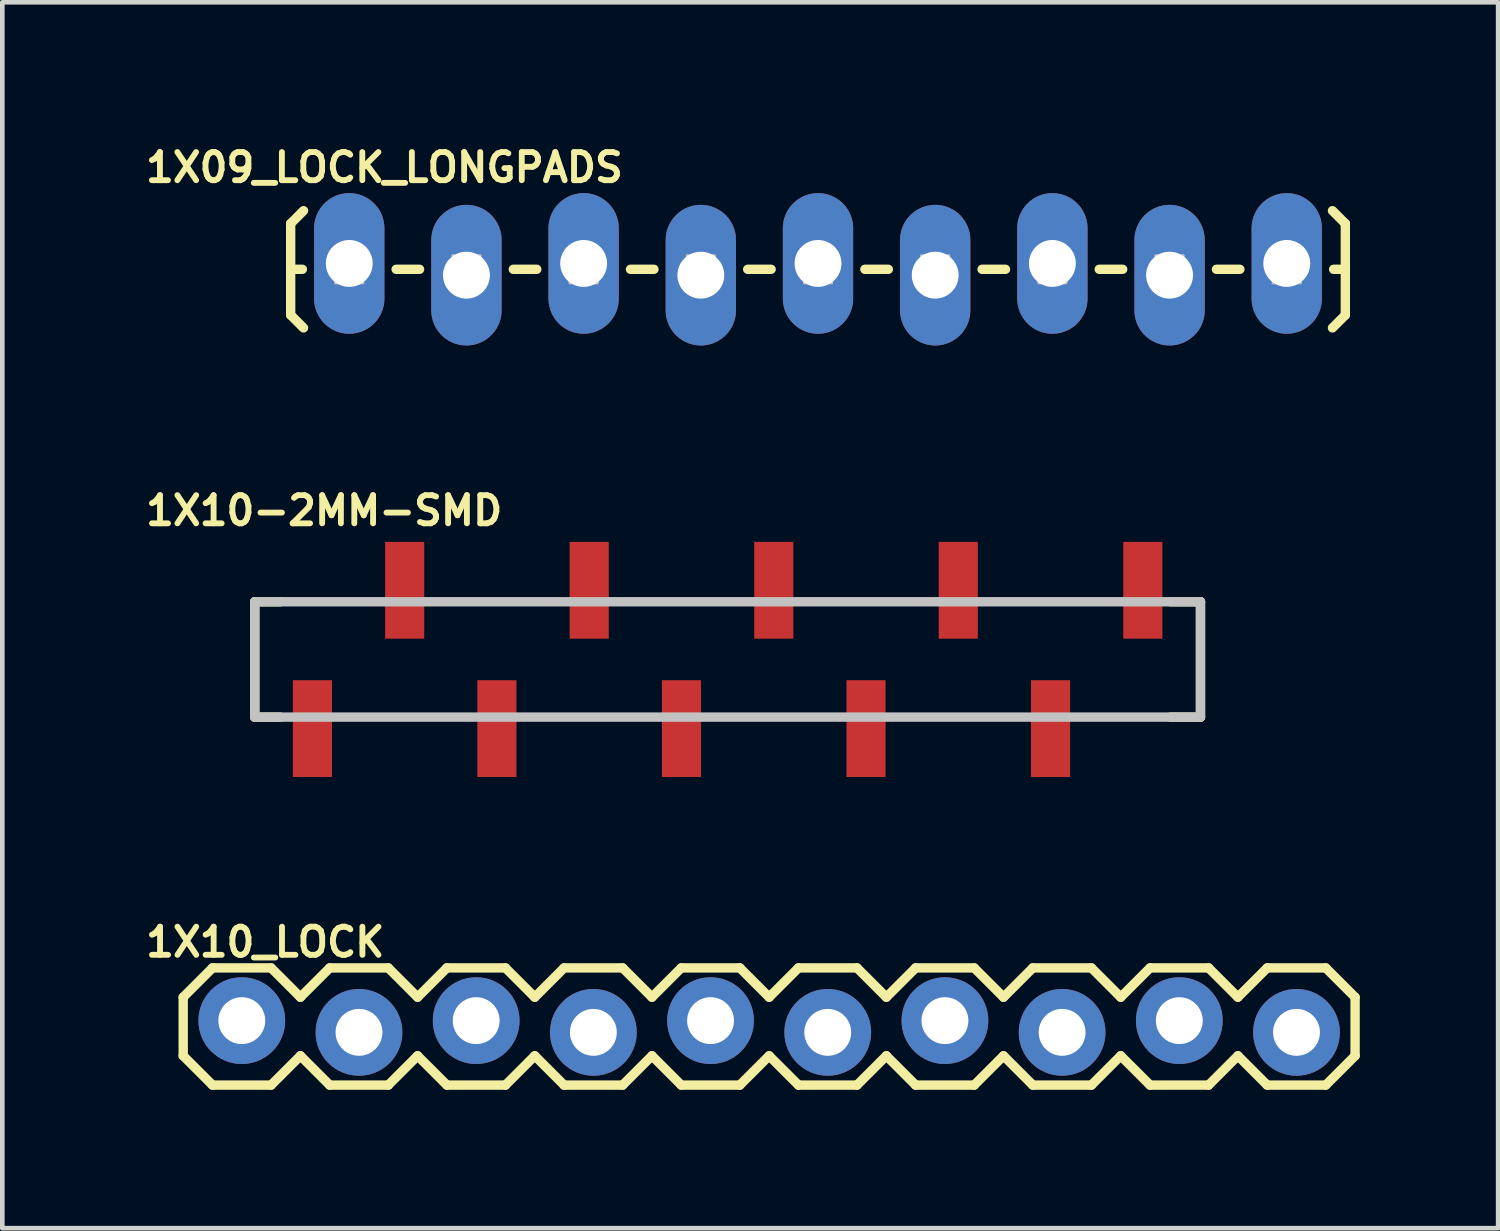
<source format=kicad_pcb>
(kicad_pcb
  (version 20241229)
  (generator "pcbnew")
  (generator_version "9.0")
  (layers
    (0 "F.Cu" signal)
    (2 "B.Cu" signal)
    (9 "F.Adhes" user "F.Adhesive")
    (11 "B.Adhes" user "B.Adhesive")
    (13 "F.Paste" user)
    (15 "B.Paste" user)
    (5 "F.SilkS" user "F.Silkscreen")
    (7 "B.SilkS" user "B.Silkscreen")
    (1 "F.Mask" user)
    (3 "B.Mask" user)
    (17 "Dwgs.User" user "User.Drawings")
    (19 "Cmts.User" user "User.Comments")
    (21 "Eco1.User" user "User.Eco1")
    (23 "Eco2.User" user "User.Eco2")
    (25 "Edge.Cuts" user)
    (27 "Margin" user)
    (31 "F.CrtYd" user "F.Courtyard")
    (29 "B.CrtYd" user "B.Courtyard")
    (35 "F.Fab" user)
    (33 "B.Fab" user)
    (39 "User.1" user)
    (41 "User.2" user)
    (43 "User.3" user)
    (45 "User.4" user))
  (footprint "1X10_LOCK"
    (layer "F.Cu")
    (at 2.191 19.199)
    (property "Reference" "1X10_LOCK" (at 0.508 -1.829 0) (layer "F.SilkS") (effects (font (size 0.61 0.61) (thickness 0.127))))
    (attr exclude_from_pos_files exclude_from_bom)
    (fp_line (start -1.27 -0.635) (end -1.27 0.635) (stroke (width 0.203) (type solid)) (layer "F.SilkS"))
    (fp_line (start -1.27 0.635) (end -0.635 1.27) (stroke (width 0.203) (type solid)) (layer "F.SilkS"))
    (fp_line (start -0.635 -1.27) (end -1.27 -0.635) (stroke (width 0.203) (type solid)) (layer "F.SilkS"))
    (fp_line (start -0.635 -1.27) (end 0.635 -1.27) (stroke (width 0.203) (type solid)) (layer "F.SilkS"))
    (fp_line (start 0.635 -1.27) (end 1.27 -0.635) (stroke (width 0.203) (type solid)) (layer "F.SilkS"))
    (fp_line (start 0.635 1.27) (end -0.635 1.27) (stroke (width 0.203) (type solid)) (layer "F.SilkS"))
    (fp_line (start 1.27 -0.635) (end 1.905 -1.27) (stroke (width 0.203) (type solid)) (layer "F.SilkS"))
    (fp_line (start 1.27 0.635) (end 0.635 1.27) (stroke (width 0.203) (type solid)) (layer "F.SilkS"))
    (fp_line (start 1.905 -1.27) (end 3.175 -1.27) (stroke (width 0.203) (type solid)) (layer "F.SilkS"))
    (fp_line (start 1.905 1.27) (end 1.27 0.635) (stroke (width 0.203) (type solid)) (layer "F.SilkS"))
    (fp_line (start 3.175 -1.27) (end 3.81 -0.635) (stroke (width 0.203) (type solid)) (layer "F.SilkS"))
    (fp_line (start 3.175 1.27) (end 1.905 1.27) (stroke (width 0.203) (type solid)) (layer "F.SilkS"))
    (fp_line (start 3.81 -0.635) (end 4.445 -1.27) (stroke (width 0.203) (type solid)) (layer "F.SilkS"))
    (fp_line (start 3.81 0.635) (end 3.175 1.27) (stroke (width 0.203) (type solid)) (layer "F.SilkS"))
    (fp_line (start 4.445 -1.27) (end 5.715 -1.27) (stroke (width 0.203) (type solid)) (layer "F.SilkS"))
    (fp_line (start 4.445 1.27) (end 3.81 0.635) (stroke (width 0.203) (type solid)) (layer "F.SilkS"))
    (fp_line (start 5.715 -1.27) (end 6.35 -0.635) (stroke (width 0.203) (type solid)) (layer "F.SilkS"))
    (fp_line (start 5.715 1.27) (end 4.445 1.27) (stroke (width 0.203) (type solid)) (layer "F.SilkS"))
    (fp_line (start 6.35 0.635) (end 5.715 1.27) (stroke (width 0.203) (type solid)) (layer "F.SilkS"))
    (fp_line (start 6.35 0.635) (end 6.985 1.27) (stroke (width 0.203) (type solid)) (layer "F.SilkS"))
    (fp_line (start 6.985 -1.27) (end 6.35 -0.635) (stroke (width 0.203) (type solid)) (layer "F.SilkS"))
    (fp_line (start 6.985 -1.27) (end 8.255 -1.27) (stroke (width 0.203) (type solid)) (layer "F.SilkS"))
    (fp_line (start 8.255 -1.27) (end 8.89 -0.635) (stroke (width 0.203) (type solid)) (layer "F.SilkS"))
    (fp_line (start 8.255 1.27) (end 6.985 1.27) (stroke (width 0.203) (type solid)) (layer "F.SilkS"))
    (fp_line (start 8.89 -0.635) (end 9.525 -1.27) (stroke (width 0.203) (type solid)) (layer "F.SilkS"))
    (fp_line (start 8.89 0.635) (end 8.255 1.27) (stroke (width 0.203) (type solid)) (layer "F.SilkS"))
    (fp_line (start 9.525 -1.27) (end 10.795 -1.27) (stroke (width 0.203) (type solid)) (layer "F.SilkS"))
    (fp_line (start 9.525 1.27) (end 8.89 0.635) (stroke (width 0.203) (type solid)) (layer "F.SilkS"))
    (fp_line (start 10.795 -1.27) (end 11.43 -0.635) (stroke (width 0.203) (type solid)) (layer "F.SilkS"))
    (fp_line (start 10.795 1.27) (end 9.525 1.27) (stroke (width 0.203) (type solid)) (layer "F.SilkS"))
    (fp_line (start 11.43 -0.635) (end 12.065 -1.27) (stroke (width 0.203) (type solid)) (layer "F.SilkS"))
    (fp_line (start 11.43 0.635) (end 10.795 1.27) (stroke (width 0.203) (type solid)) (layer "F.SilkS"))
    (fp_line (start 12.065 -1.27) (end 13.335 -1.27) (stroke (width 0.203) (type solid)) (layer "F.SilkS"))
    (fp_line (start 12.065 1.27) (end 11.43 0.635) (stroke (width 0.203) (type solid)) (layer "F.SilkS"))
    (fp_line (start 13.335 -1.27) (end 13.97 -0.635) (stroke (width 0.203) (type solid)) (layer "F.SilkS"))
    (fp_line (start 13.335 1.27) (end 12.065 1.27) (stroke (width 0.203) (type solid)) (layer "F.SilkS"))
    (fp_line (start 13.97 0.635) (end 13.335 1.27) (stroke (width 0.203) (type solid)) (layer "F.SilkS"))
    (fp_line (start 13.97 0.635) (end 14.605 1.27) (stroke (width 0.203) (type solid)) (layer "F.SilkS"))
    (fp_line (start 14.605 -1.27) (end 13.97 -0.635) (stroke (width 0.203) (type solid)) (layer "F.SilkS"))
    (fp_line (start 14.605 -1.27) (end 15.875 -1.27) (stroke (width 0.203) (type solid)) (layer "F.SilkS"))
    (fp_line (start 15.875 -1.27) (end 16.51 -0.635) (stroke (width 0.203) (type solid)) (layer "F.SilkS"))
    (fp_line (start 15.875 1.27) (end 14.605 1.27) (stroke (width 0.203) (type solid)) (layer "F.SilkS"))
    (fp_line (start 16.51 0.635) (end 15.875 1.27) (stroke (width 0.203) (type solid)) (layer "F.SilkS"))
    (fp_line (start 16.51 0.635) (end 17.145 1.27) (stroke (width 0.203) (type solid)) (layer "F.SilkS"))
    (fp_line (start 17.145 -1.27) (end 16.51 -0.635) (stroke (width 0.203) (type solid)) (layer "F.SilkS"))
    (fp_line (start 17.145 -1.27) (end 18.415 -1.27) (stroke (width 0.203) (type solid)) (layer "F.SilkS"))
    (fp_line (start 18.415 -1.27) (end 19.05 -0.635) (stroke (width 0.203) (type solid)) (layer "F.SilkS"))
    (fp_line (start 18.415 1.27) (end 17.145 1.27) (stroke (width 0.203) (type solid)) (layer "F.SilkS"))
    (fp_line (start 19.05 0.635) (end 18.415 1.27) (stroke (width 0.203) (type solid)) (layer "F.SilkS"))
    (fp_line (start 19.05 0.635) (end 19.685 1.27) (stroke (width 0.203) (type solid)) (layer "F.SilkS"))
    (fp_line (start 19.685 -1.27) (end 19.05 -0.635) (stroke (width 0.203) (type solid)) (layer "F.SilkS"))
    (fp_line (start 19.685 -1.27) (end 20.955 -1.27) (stroke (width 0.203) (type solid)) (layer "F.SilkS"))
    (fp_line (start 20.955 -1.27) (end 21.59 -0.635) (stroke (width 0.203) (type solid)) (layer "F.SilkS"))
    (fp_line (start 20.955 1.27) (end 19.685 1.27) (stroke (width 0.203) (type solid)) (layer "F.SilkS"))
    (fp_line (start 21.59 0.635) (end 20.955 1.27) (stroke (width 0.203) (type solid)) (layer "F.SilkS"))
    (fp_line (start 21.59 0.635) (end 22.225 1.27) (stroke (width 0.203) (type solid)) (layer "F.SilkS"))
    (fp_line (start 22.225 -1.27) (end 21.59 -0.635) (stroke (width 0.203) (type solid)) (layer "F.SilkS"))
    (fp_line (start 22.225 -1.27) (end 23.495 -1.27) (stroke (width 0.203) (type solid)) (layer "F.SilkS"))
    (fp_line (start 23.495 -1.27) (end 24.13 -0.635) (stroke (width 0.203) (type solid)) (layer "F.SilkS"))
    (fp_line (start 23.495 1.27) (end 22.225 1.27) (stroke (width 0.203) (type solid)) (layer "F.SilkS"))
    (fp_line (start 24.13 -0.635) (end 24.13 0.635) (stroke (width 0.203) (type solid)) (layer "F.SilkS"))
    (fp_line (start 24.13 0.635) (end 23.495 1.27) (stroke (width 0.203) (type solid)) (layer "F.SilkS"))
    (fp_line (start -0.254 -0.254) (end 0.254 -0.254) (stroke (width 0.066) (type solid)) (layer "Dwgs.User"))
    (fp_line (start -0.254 0.254) (end -0.254 -0.254) (stroke (width 0.066) (type solid)) (layer "Dwgs.User"))
    (fp_line (start -0.254 0.254) (end 0.254 0.254) (stroke (width 0.066) (type solid)) (layer "Dwgs.User"))
    (fp_line (start 0.254 0.254) (end 0.254 -0.254) (stroke (width 0.066) (type solid)) (layer "Dwgs.User"))
    (fp_line (start 2.286 -0.254) (end 2.794 -0.254) (stroke (width 0.066) (type solid)) (layer "Dwgs.User"))
    (fp_line (start 2.286 0.254) (end 2.286 -0.254) (stroke (width 0.066) (type solid)) (layer "Dwgs.User"))
    (fp_line (start 2.286 0.254) (end 2.794 0.254) (stroke (width 0.066) (type solid)) (layer "Dwgs.User"))
    (fp_line (start 2.794 0.254) (end 2.794 -0.254) (stroke (width 0.066) (type solid)) (layer "Dwgs.User"))
    (fp_line (start 4.826 -0.254) (end 5.334 -0.254) (stroke (width 0.066) (type solid)) (layer "Dwgs.User"))
    (fp_line (start 4.826 0.254) (end 4.826 -0.254) (stroke (width 0.066) (type solid)) (layer "Dwgs.User"))
    (fp_line (start 4.826 0.254) (end 5.334 0.254) (stroke (width 0.066) (type solid)) (layer "Dwgs.User"))
    (fp_line (start 5.334 0.254) (end 5.334 -0.254) (stroke (width 0.066) (type solid)) (layer "Dwgs.User"))
    (fp_line (start 7.366 -0.254) (end 7.874 -0.254) (stroke (width 0.066) (type solid)) (layer "Dwgs.User"))
    (fp_line (start 7.366 0.254) (end 7.366 -0.254) (stroke (width 0.066) (type solid)) (layer "Dwgs.User"))
    (fp_line (start 7.366 0.254) (end 7.874 0.254) (stroke (width 0.066) (type solid)) (layer "Dwgs.User"))
    (fp_line (start 7.874 0.254) (end 7.874 -0.254) (stroke (width 0.066) (type solid)) (layer "Dwgs.User"))
    (fp_line (start 9.906 -0.254) (end 10.414 -0.254) (stroke (width 0.066) (type solid)) (layer "Dwgs.User"))
    (fp_line (start 9.906 0.254) (end 9.906 -0.254) (stroke (width 0.066) (type solid)) (layer "Dwgs.User"))
    (fp_line (start 9.906 0.254) (end 10.414 0.254) (stroke (width 0.066) (type solid)) (layer "Dwgs.User"))
    (fp_line (start 10.414 0.254) (end 10.414 -0.254) (stroke (width 0.066) (type solid)) (layer "Dwgs.User"))
    (fp_line (start 12.446 -0.254) (end 12.954 -0.254) (stroke (width 0.066) (type solid)) (layer "Dwgs.User"))
    (fp_line (start 12.446 0.254) (end 12.446 -0.254) (stroke (width 0.066) (type solid)) (layer "Dwgs.User"))
    (fp_line (start 12.446 0.254) (end 12.954 0.254) (stroke (width 0.066) (type solid)) (layer "Dwgs.User"))
    (fp_line (start 12.954 0.254) (end 12.954 -0.254) (stroke (width 0.066) (type solid)) (layer "Dwgs.User"))
    (fp_line (start 14.986 -0.254) (end 15.494 -0.254) (stroke (width 0.066) (type solid)) (layer "Dwgs.User"))
    (fp_line (start 14.986 0.254) (end 14.986 -0.254) (stroke (width 0.066) (type solid)) (layer "Dwgs.User"))
    (fp_line (start 14.986 0.254) (end 15.494 0.254) (stroke (width 0.066) (type solid)) (layer "Dwgs.User"))
    (fp_line (start 15.494 0.254) (end 15.494 -0.254) (stroke (width 0.066) (type solid)) (layer "Dwgs.User"))
    (fp_line (start 17.523 -0.254) (end 18.034 -0.254) (stroke (width 0.066) (type solid)) (layer "Dwgs.User"))
    (fp_line (start 17.523 0.254) (end 17.523 -0.254) (stroke (width 0.066) (type solid)) (layer "Dwgs.User"))
    (fp_line (start 17.523 0.254) (end 18.034 0.254) (stroke (width 0.066) (type solid)) (layer "Dwgs.User"))
    (fp_line (start 18.034 0.254) (end 18.034 -0.254) (stroke (width 0.066) (type solid)) (layer "Dwgs.User"))
    (fp_line (start 20.066 -0.254) (end 20.574 -0.254) (stroke (width 0.066) (type solid)) (layer "Dwgs.User"))
    (fp_line (start 20.066 0.254) (end 20.066 -0.254) (stroke (width 0.066) (type solid)) (layer "Dwgs.User"))
    (fp_line (start 20.066 0.254) (end 20.574 0.254) (stroke (width 0.066) (type solid)) (layer "Dwgs.User"))
    (fp_line (start 20.574 0.254) (end 20.574 -0.254) (stroke (width 0.066) (type solid)) (layer "Dwgs.User"))
    (fp_line (start 22.606 -0.254) (end 23.114 -0.254) (stroke (width 0.066) (type solid)) (layer "Dwgs.User"))
    (fp_line (start 22.606 0.254) (end 22.606 -0.254) (stroke (width 0.066) (type solid)) (layer "Dwgs.User"))
    (fp_line (start 22.606 0.254) (end 23.114 0.254) (stroke (width 0.066) (type solid)) (layer "Dwgs.User"))
    (fp_line (start 23.114 0.254) (end 23.114 -0.254) (stroke (width 0.066) (type solid)) (layer "Dwgs.User"))
    (pad "1" thru_hole circle (at 0 -0.127) (size 1.88 1.88) (drill 1.016) (layers "*.Cu" "*.Paste" "*.Mask"))
    (pad "2" thru_hole circle (at 2.54 0.127) (size 1.88 1.88) (drill 1.016) (layers "*.Cu" "*.Paste" "*.Mask"))
    (pad "3" thru_hole circle (at 5.08 -0.127) (size 1.88 1.88) (drill 1.016) (layers "*.Cu" "*.Paste" "*.Mask"))
    (pad "4" thru_hole circle (at 7.62 0.127) (size 1.88 1.88) (drill 1.016) (layers "*.Cu" "*.Paste" "*.Mask"))
    (pad "5" thru_hole circle (at 10.16 -0.127) (size 1.88 1.88) (drill 1.016) (layers "*.Cu" "*.Paste" "*.Mask"))
    (pad "6" thru_hole circle (at 12.7 0.127) (size 1.88 1.88) (drill 1.016) (layers "*.Cu" "*.Paste" "*.Mask"))
    (pad "7" thru_hole circle (at 15.24 -0.127) (size 1.88 1.88) (drill 1.016) (layers "*.Cu" "*.Paste" "*.Mask"))
    (pad "8" thru_hole circle (at 17.78 0.127) (size 1.88 1.88) (drill 1.016) (layers "*.Cu" "*.Paste" "*.Mask"))
    (pad "9" thru_hole circle (at 20.32 -0.127) (size 1.88 1.88) (drill 1.016) (layers "*.Cu" "*.Paste" "*.Mask"))
    (pad "10" thru_hole circle (at 22.86 0.127) (size 1.88 1.88) (drill 1.016) (layers "*.Cu" "*.Paste" "*.Mask")))
  (footprint "1X09_LOCK_LONGPADS"
    (layer "F.Cu")
    (at 4.52 2.787)
    (property "Reference" "1X09_LOCK_LONGPADS" (at 0.762 -2.207 0) (layer "F.SilkS") (effects (font (size 0.61 0.61) (thickness 0.127))))
    (attr exclude_from_pos_files exclude_from_bom)
    (fp_line (start -1.27 -0.991) (end -0.991 -1.27) (stroke (width 0.203) (type solid)) (layer "F.SilkS"))
    (fp_line (start -1.27 0) (end -1.27 -0.991) (stroke (width 0.203) (type solid)) (layer "F.SilkS"))
    (fp_line (start -1.27 0) (end -1.27 0.991) (stroke (width 0.203) (type solid)) (layer "F.SilkS"))
    (fp_line (start -1.27 0) (end -1.016 0) (stroke (width 0.203) (type solid)) (layer "F.SilkS"))
    (fp_line (start -1.27 0.991) (end -0.991 1.27) (stroke (width 0.203) (type solid)) (layer "F.SilkS"))
    (fp_line (start 1.524 0) (end 1.016 0) (stroke (width 0.203) (type solid)) (layer "F.SilkS"))
    (fp_line (start 4.064 0) (end 3.556 0) (stroke (width 0.203) (type solid)) (layer "F.SilkS"))
    (fp_line (start 6.604 0) (end 6.096 0) (stroke (width 0.203) (type solid)) (layer "F.SilkS"))
    (fp_line (start 9.144 0) (end 8.636 0) (stroke (width 0.203) (type solid)) (layer "F.SilkS"))
    (fp_line (start 11.684 0) (end 11.176 0) (stroke (width 0.203) (type solid)) (layer "F.SilkS"))
    (fp_line (start 14.224 0) (end 13.716 0) (stroke (width 0.203) (type solid)) (layer "F.SilkS"))
    (fp_line (start 16.764 0) (end 16.256 0) (stroke (width 0.203) (type solid)) (layer "F.SilkS"))
    (fp_line (start 19.304 0) (end 18.796 0) (stroke (width 0.203) (type solid)) (layer "F.SilkS"))
    (fp_line (start 21.59 -0.991) (end 21.311 -1.27) (stroke (width 0.203) (type solid)) (layer "F.SilkS"))
    (fp_line (start 21.59 0) (end 21.336 0) (stroke (width 0.203) (type solid)) (layer "F.SilkS"))
    (fp_line (start 21.59 0) (end 21.59 -0.991) (stroke (width 0.203) (type solid)) (layer "F.SilkS"))
    (fp_line (start 21.59 0) (end 21.59 0.991) (stroke (width 0.203) (type solid)) (layer "F.SilkS"))
    (fp_line (start 21.59 0.991) (end 21.311 1.27) (stroke (width 0.203) (type solid)) (layer "F.SilkS"))
    (fp_line (start -0.292 -0.292) (end 0.292 -0.292) (stroke (width 0.066) (type solid)) (layer "Dwgs.User"))
    (fp_line (start -0.292 0.292) (end -0.292 -0.292) (stroke (width 0.066) (type solid)) (layer "Dwgs.User"))
    (fp_line (start -0.292 0.292) (end 0.292 0.292) (stroke (width 0.066) (type solid)) (layer "Dwgs.User"))
    (fp_line (start 0.292 0.292) (end 0.292 -0.292) (stroke (width 0.066) (type solid)) (layer "Dwgs.User"))
    (fp_line (start 2.248 -0.292) (end 2.832 -0.292) (stroke (width 0.066) (type solid)) (layer "Dwgs.User"))
    (fp_line (start 2.248 0.292) (end 2.248 -0.292) (stroke (width 0.066) (type solid)) (layer "Dwgs.User"))
    (fp_line (start 2.248 0.292) (end 2.832 0.292) (stroke (width 0.066) (type solid)) (layer "Dwgs.User"))
    (fp_line (start 2.832 0.292) (end 2.832 -0.292) (stroke (width 0.066) (type solid)) (layer "Dwgs.User"))
    (fp_line (start 4.788 -0.292) (end 5.372 -0.292) (stroke (width 0.066) (type solid)) (layer "Dwgs.User"))
    (fp_line (start 4.788 0.292) (end 4.788 -0.292) (stroke (width 0.066) (type solid)) (layer "Dwgs.User"))
    (fp_line (start 4.788 0.292) (end 5.372 0.292) (stroke (width 0.066) (type solid)) (layer "Dwgs.User"))
    (fp_line (start 5.372 0.292) (end 5.372 -0.292) (stroke (width 0.066) (type solid)) (layer "Dwgs.User"))
    (fp_line (start 7.328 -0.292) (end 7.912 -0.292) (stroke (width 0.066) (type solid)) (layer "Dwgs.User"))
    (fp_line (start 7.328 0.292) (end 7.328 -0.292) (stroke (width 0.066) (type solid)) (layer "Dwgs.User"))
    (fp_line (start 7.328 0.292) (end 7.912 0.292) (stroke (width 0.066) (type solid)) (layer "Dwgs.User"))
    (fp_line (start 7.912 0.292) (end 7.912 -0.292) (stroke (width 0.066) (type solid)) (layer "Dwgs.User"))
    (fp_line (start 9.868 -0.292) (end 10.452 -0.292) (stroke (width 0.066) (type solid)) (layer "Dwgs.User"))
    (fp_line (start 9.868 0.292) (end 9.868 -0.292) (stroke (width 0.066) (type solid)) (layer "Dwgs.User"))
    (fp_line (start 9.868 0.292) (end 10.452 0.292) (stroke (width 0.066) (type solid)) (layer "Dwgs.User"))
    (fp_line (start 10.452 0.292) (end 10.452 -0.292) (stroke (width 0.066) (type solid)) (layer "Dwgs.User"))
    (fp_line (start 12.408 -0.292) (end 12.992 -0.292) (stroke (width 0.066) (type solid)) (layer "Dwgs.User"))
    (fp_line (start 12.408 0.292) (end 12.408 -0.292) (stroke (width 0.066) (type solid)) (layer "Dwgs.User"))
    (fp_line (start 12.408 0.292) (end 12.992 0.292) (stroke (width 0.066) (type solid)) (layer "Dwgs.User"))
    (fp_line (start 12.992 0.292) (end 12.992 -0.292) (stroke (width 0.066) (type solid)) (layer "Dwgs.User"))
    (fp_line (start 14.948 -0.292) (end 15.532 -0.292) (stroke (width 0.066) (type solid)) (layer "Dwgs.User"))
    (fp_line (start 14.948 0.292) (end 14.948 -0.292) (stroke (width 0.066) (type solid)) (layer "Dwgs.User"))
    (fp_line (start 14.948 0.292) (end 15.532 0.292) (stroke (width 0.066) (type solid)) (layer "Dwgs.User"))
    (fp_line (start 15.532 0.292) (end 15.532 -0.292) (stroke (width 0.066) (type solid)) (layer "Dwgs.User"))
    (fp_line (start 17.488 -0.292) (end 18.072 -0.292) (stroke (width 0.066) (type solid)) (layer "Dwgs.User"))
    (fp_line (start 17.488 0.292) (end 17.488 -0.292) (stroke (width 0.066) (type solid)) (layer "Dwgs.User"))
    (fp_line (start 17.488 0.292) (end 18.072 0.292) (stroke (width 0.066) (type solid)) (layer "Dwgs.User"))
    (fp_line (start 18.072 0.292) (end 18.072 -0.292) (stroke (width 0.066) (type solid)) (layer "Dwgs.User"))
    (fp_line (start 20.028 -0.292) (end 20.612 -0.292) (stroke (width 0.066) (type solid)) (layer "Dwgs.User"))
    (fp_line (start 20.028 0.292) (end 20.028 -0.292) (stroke (width 0.066) (type solid)) (layer "Dwgs.User"))
    (fp_line (start 20.028 0.292) (end 20.612 0.292) (stroke (width 0.066) (type solid)) (layer "Dwgs.User"))
    (fp_line (start 20.612 0.292) (end 20.612 -0.292) (stroke (width 0.066) (type solid)) (layer "Dwgs.User"))
    (pad "1" thru_hole oval (at 0 -0.127 180) (size 1.524 3.048) (drill 1.016) (layers "*.Cu" "*.Paste" "*.Mask"))
    (pad "2" thru_hole oval (at 2.54 0.127 180) (size 1.524 3.048) (drill 1.016) (layers "*.Cu" "*.Paste" "*.Mask"))
    (pad "3" thru_hole oval (at 5.08 -0.127 180) (size 1.524 3.048) (drill 1.016) (layers "*.Cu" "*.Paste" "*.Mask"))
    (pad "4" thru_hole oval (at 7.62 0.127 180) (size 1.524 3.048) (drill 1.016) (layers "*.Cu" "*.Paste" "*.Mask"))
    (pad "5" thru_hole oval (at 10.16 -0.127 180) (size 1.524 3.048) (drill 1.016) (layers "*.Cu" "*.Paste" "*.Mask"))
    (pad "6" thru_hole oval (at 12.7 0.127 180) (size 1.524 3.048) (drill 1.016) (layers "*.Cu" "*.Paste" "*.Mask"))
    (pad "7" thru_hole oval (at 15.24 -0.127 180) (size 1.524 3.048) (drill 1.016) (layers "*.Cu" "*.Paste" "*.Mask"))
    (pad "8" thru_hole oval (at 17.78 0.127 180) (size 1.524 3.048) (drill 1.016) (layers "*.Cu" "*.Paste" "*.Mask"))
    (pad "9" thru_hole oval (at 20.32 -0.127 180) (size 1.524 3.048) (drill 1.016) (layers "*.Cu" "*.Paste" "*.Mask")))
  (footprint "1X10-2MM-SMD"
    (layer "F.Cu")
    (at 3.722 11.243)
    (property "Reference" "1X10-2MM-SMD" (at 0.254 -3.226 0) (layer "F.SilkS") (effects (font (size 0.61 0.61) (thickness 0.127))))
    (attr smd)
    (fp_line (start -1.25 -1.25) (end -1.25 1.25) (stroke (width 0.203) (type solid)) (layer "F.SilkS"))
    (fp_line (start -1.25 -1.25) (end -0.699 -1.25) (stroke (width 0.203) (type solid)) (layer "F.SilkS"))
    (fp_line (start -1.25 1.25) (end -0.699 1.25) (stroke (width 0.203) (type solid)) (layer "F.SilkS"))
    (fp_line (start 18.598 1.25) (end 19.248 1.25) (stroke (width 0.203) (type solid)) (layer "F.SilkS"))
    (fp_line (start 19.248 -1.25) (end 18.598 -1.25) (stroke (width 0.203) (type solid)) (layer "F.SilkS"))
    (fp_line (start 19.248 1.25) (end 19.248 -1.25) (stroke (width 0.203) (type solid)) (layer "F.SilkS"))
    (fp_line (start -1.25 -1.25) (end -1.25 1.25) (stroke (width 0.203) (type solid)) (layer "Dwgs.User"))
    (fp_line (start -1.25 -1.25) (end 19.248 -1.25) (stroke (width 0.203) (type solid)) (layer "Dwgs.User"))
    (fp_line (start 19.248 -1.25) (end 19.248 1.25) (stroke (width 0.203) (type solid)) (layer "Dwgs.User"))
    (fp_line (start 19.248 1.25) (end -1.25 1.25) (stroke (width 0.203) (type solid)) (layer "Dwgs.User"))
    (pad "1" smd rect (at 0 1.499) (size 0.848 2.098) (layers "F.Cu" "F.Mask" "F.Paste"))
    (pad "2" smd rect (at 1.999 -1.499) (size 0.848 2.098) (layers "F.Cu" "F.Mask" "F.Paste"))
    (pad "3" smd rect (at 3.998 1.499) (size 0.848 2.098) (layers "F.Cu" "F.Mask" "F.Paste"))
    (pad "4" smd rect (at 5.999 -1.499) (size 0.848 2.098) (layers "F.Cu" "F.Mask" "F.Paste"))
    (pad "5" smd rect (at 7.998 1.499) (size 0.848 2.098) (layers "F.Cu" "F.Mask" "F.Paste"))
    (pad "6" smd rect (at 10 -1.499) (size 0.848 2.098) (layers "F.Cu" "F.Mask" "F.Paste"))
    (pad "7" smd rect (at 11.999 1.499) (size 0.848 2.098) (layers "F.Cu" "F.Mask" "F.Paste"))
    (pad "8" smd rect (at 13.998 -1.499) (size 0.848 2.098) (layers "F.Cu" "F.Mask" "F.Paste"))
    (pad "9" smd rect (at 15.999 1.499) (size 0.848 2.098) (layers "F.Cu" "F.Mask" "F.Paste"))
    (pad "10" smd rect (at 17.998 -1.499) (size 0.848 2.098) (layers "F.Cu" "F.Mask" "F.Paste")))
  (gr_rect
    (start -3 -3)
    (end 29.422 23.571)
    (stroke (width 0.1) (type default))
    (fill no)
    (layer "Edge.Cuts")))
</source>
